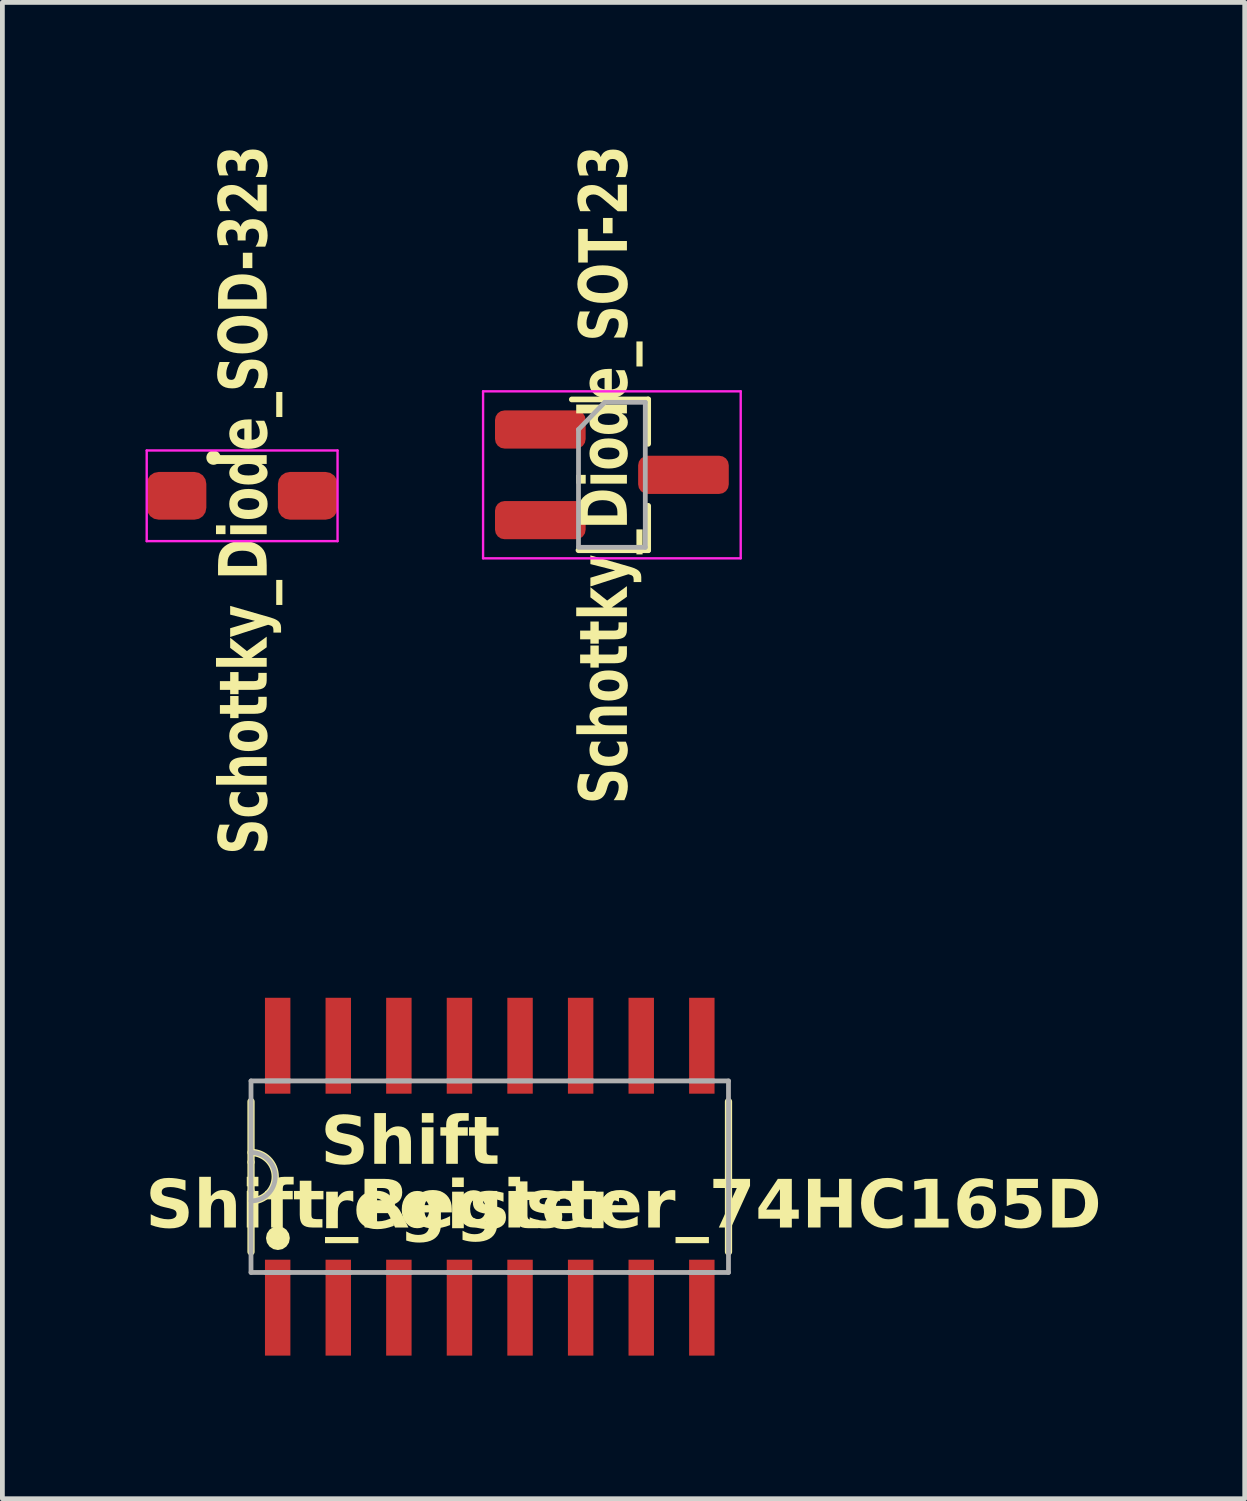
<source format=kicad_pcb>
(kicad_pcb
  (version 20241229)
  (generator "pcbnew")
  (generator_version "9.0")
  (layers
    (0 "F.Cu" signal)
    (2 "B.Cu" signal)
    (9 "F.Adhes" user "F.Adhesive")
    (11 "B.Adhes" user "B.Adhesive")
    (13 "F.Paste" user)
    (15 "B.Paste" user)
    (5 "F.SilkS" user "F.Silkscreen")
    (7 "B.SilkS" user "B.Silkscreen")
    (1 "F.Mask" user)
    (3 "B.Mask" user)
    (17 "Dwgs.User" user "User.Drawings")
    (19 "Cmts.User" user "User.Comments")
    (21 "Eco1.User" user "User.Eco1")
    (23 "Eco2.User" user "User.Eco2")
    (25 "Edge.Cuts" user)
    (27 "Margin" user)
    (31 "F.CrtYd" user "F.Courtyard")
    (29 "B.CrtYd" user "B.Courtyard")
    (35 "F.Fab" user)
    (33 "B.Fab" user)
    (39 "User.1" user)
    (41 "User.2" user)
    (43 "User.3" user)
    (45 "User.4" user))
  (footprint "Shift_Register_74HC165D"
    (layer "F.Cu")
    (at 7.219 21.613)
    (property "Reference" "Shift_Register_74HC165D" (at 2.8 0.65 180) (layer "F.SilkS") (effects (font (face "Segoe UI This") (size 1 1) (thickness 0.2) (bold yes))))
    (attr smd)
    (fp_line (start -5.008 -1.575) (end -5.008 -0.305) (stroke (width 0.152) (type solid)) (layer "F.SilkS"))
    (fp_line (start -5.008 -0.305) (end -5.008 0.305) (stroke (width 0.152) (type solid)) (layer "F.SilkS"))
    (fp_line (start -5.008 0.305) (end -5.008 1.575) (stroke (width 0.152) (type solid)) (layer "F.SilkS"))
    (fp_line (start 5 1.575) (end 5 -1.575) (stroke (width 0.152) (type solid)) (layer "F.SilkS"))
    (fp_arc (start -5.0076 -0.5076) (mid -4.5 0) (end -5.0076 0.5076) (stroke (width 0.1524) (type solid)) (layer "F.SilkS"))
    (fp_poly (pts (xy -4.194 1.287) (xy -4.213 1.192) (xy -4.267 1.111) (xy -4.348 1.056) (xy -4.444 1.037) (xy -4.54 1.056) (xy -4.621 1.111) (xy -4.675 1.192) (xy -4.694 1.287) (xy -4.675 1.383) (xy -4.621 1.464) (xy -4.54 1.518) (xy -4.444 1.537) (xy -4.348 1.518) (xy -4.267 1.464) (xy -4.213 1.383) (xy -4.194 1.287)) (stroke (width 0) (type solid)) (fill yes) (layer "F.SilkS"))
    (fp_line (start -5.008 -2.007) (end -5.008 -0.305) (stroke (width 0.1) (type solid)) (layer "F.Fab"))
    (fp_line (start -5.008 -0.305) (end -5.008 0.305) (stroke (width 0.1) (type solid)) (layer "F.Fab"))
    (fp_line (start -5.008 0.305) (end -5.008 2.007) (stroke (width 0.1) (type solid)) (layer "F.Fab"))
    (fp_line (start -5.008 2.007) (end 5 2.007) (stroke (width 0.1) (type solid)) (layer "F.Fab"))
    (fp_line (start -4.703 -2.007) (end -4.195 -2.007) (stroke (width 0.1) (type solid)) (layer "F.Fab"))
    (fp_line (start -4.195 2.007) (end -4.703 2.007) (stroke (width 0.1) (type solid)) (layer "F.Fab"))
    (fp_line (start -3.433 -2.007) (end -2.925 -2.007) (stroke (width 0.1) (type solid)) (layer "F.Fab"))
    (fp_line (start -2.925 2.007) (end -3.433 2.007) (stroke (width 0.1) (type solid)) (layer "F.Fab"))
    (fp_line (start -2.163 -2.007) (end -1.655 -2.007) (stroke (width 0.1) (type solid)) (layer "F.Fab"))
    (fp_line (start -1.655 2.007) (end -2.163 2.007) (stroke (width 0.1) (type solid)) (layer "F.Fab"))
    (fp_line (start -0.893 -2.007) (end -0.385 -2.007) (stroke (width 0.1) (type solid)) (layer "F.Fab"))
    (fp_line (start -0.385 2.007) (end -0.893 2.007) (stroke (width 0.1) (type solid)) (layer "F.Fab"))
    (fp_line (start 0.377 -2.007) (end 0.885 -2.007) (stroke (width 0.1) (type solid)) (layer "F.Fab"))
    (fp_line (start 0.885 2.007) (end 0.377 2.007) (stroke (width 0.1) (type solid)) (layer "F.Fab"))
    (fp_line (start 1.647 -2.007) (end 2.155 -2.007) (stroke (width 0.1) (type solid)) (layer "F.Fab"))
    (fp_line (start 2.155 2.007) (end 1.647 2.007) (stroke (width 0.1) (type solid)) (layer "F.Fab"))
    (fp_line (start 2.917 -2.007) (end 3.425 -2.007) (stroke (width 0.1) (type solid)) (layer "F.Fab"))
    (fp_line (start 3.425 2.007) (end 2.917 2.007) (stroke (width 0.1) (type solid)) (layer "F.Fab"))
    (fp_line (start 4.187 -2.007) (end 4.695 -2.007) (stroke (width 0.1) (type solid)) (layer "F.Fab"))
    (fp_line (start 4.695 2.007) (end 4.187 2.007) (stroke (width 0.1) (type solid)) (layer "F.Fab"))
    (fp_line (start 5 -2.007) (end -5.008 -2.007) (stroke (width 0.1) (type solid)) (layer "F.Fab"))
    (fp_line (start 5 2.007) (end 5 -2.007) (stroke (width 0.1) (type solid)) (layer "F.Fab"))
    (fp_arc (start -5.0076 -0.5076) (mid -4.5 0) (end -5.0076 0.5076) (stroke (width 0.1) (type solid)) (layer "F.Fab"))
    (fp_text user "register" (at -3.55 1.25 0) (unlocked yes) (layer "F.SilkS") (effects (font (face "Segoe UI This") (size 1 1) (thickness 0.2) (bold yes)) (justify left bottom)))
    (fp_text user "Shift" (at -3.55 -0.1 0) (unlocked yes) (layer "F.SilkS") (effects (font (face "Segoe UI This") (size 1 1) (thickness 0.2) (bold yes)) (justify left bottom)))
    (pad "1" smd rect (at -4.449 2.745 90) (size 2.01 0.533) (layers "F.Cu" "F.Mask" "F.Paste"))
    (pad "2" smd rect (at -3.179 2.745 90) (size 2.01 0.533) (layers "F.Cu" "F.Mask" "F.Paste"))
    (pad "3" smd rect (at -1.909 2.745 90) (size 2.01 0.533) (layers "F.Cu" "F.Mask" "F.Paste"))
    (pad "4" smd rect (at -0.639 2.745 90) (size 2.01 0.533) (layers "F.Cu" "F.Mask" "F.Paste"))
    (pad "5" smd rect (at 0.631 2.745 90) (size 2.01 0.533) (layers "F.Cu" "F.Mask" "F.Paste"))
    (pad "6" smd rect (at 1.901 2.745 90) (size 2.01 0.533) (layers "F.Cu" "F.Mask" "F.Paste"))
    (pad "7" smd rect (at 3.171 2.745 90) (size 2.01 0.533) (layers "F.Cu" "F.Mask" "F.Paste"))
    (pad "8" smd rect (at 4.441 2.745 90) (size 2.01 0.533) (layers "F.Cu" "F.Mask" "F.Paste"))
    (pad "9" smd rect (at 4.441 -2.745 90) (size 2.01 0.533) (layers "F.Cu" "F.Mask" "F.Paste"))
    (pad "10" smd rect (at 3.171 -2.745 90) (size 2.01 0.533) (layers "F.Cu" "F.Mask" "F.Paste"))
    (pad "11" smd rect (at 1.901 -2.745 90) (size 2.01 0.533) (layers "F.Cu" "F.Mask" "F.Paste"))
    (pad "12" smd rect (at 0.631 -2.745 90) (size 2.01 0.533) (layers "F.Cu" "F.Mask" "F.Paste"))
    (pad "13" smd rect (at -0.639 -2.745 90) (size 2.01 0.533) (layers "F.Cu" "F.Mask" "F.Paste"))
    (pad "14" smd rect (at -1.909 -2.745 90) (size 2.01 0.533) (layers "F.Cu" "F.Mask" "F.Paste"))
    (pad "15" smd rect (at -3.179 -2.745 90) (size 2.01 0.533) (layers "F.Cu" "F.Mask" "F.Paste"))
    (pad "16" smd rect (at -4.449 -2.745 90) (size 2.01 0.533) (layers "F.Cu" "F.Mask" "F.Paste")))
  (footprint "Schottky_Diode_SOD-323"
    (layer "F.Cu")
    (at 2.025 7.342)
    (property "Reference" "Schottky_Diode_SOD-323" (at 0.1 0.089 90) (layer "F.SilkS") (effects (font (face "Segoe UI This") (size 1 0.75) (thickness 0.15) (bold yes))))
    (attr smd)
    (fp_circle (center -0.6 -0.8) (end -0.5 -0.8) (stroke (width 0.1) (type solid)) (fill yes) (layer "F.SilkS"))
    (fp_line (start -2 -0.95) (end -2 0.95) (stroke (width 0.05) (type solid)) (layer "F.CrtYd"))
    (fp_line (start -2 -0.95) (end 2 -0.95) (stroke (width 0.05) (type solid)) (layer "F.CrtYd"))
    (fp_line (start -2 0.95) (end 2 0.95) (stroke (width 0.05) (type solid)) (layer "F.CrtYd"))
    (fp_line (start 2 -0.95) (end 2 0.95) (stroke (width 0.05) (type solid)) (layer "F.CrtYd"))
    (pad "1" smd roundrect (at -1.375 0) (size 1.25 1) (layers "F.Cu" "F.Mask" "F.Paste") (roundrect_rratio 0.25))
    (pad "2" smd roundrect (at 1.375 0) (size 1.25 1) (layers "F.Cu" "F.Mask" "F.Paste") (roundrect_rratio 0.25)))
  (footprint "Schottky_Diode_SOT-23"
    (layer "F.Cu")
    (at 9.775 6.902)
    (property "Reference" "Schottky_Diode_SOT-23" (at -0.1 0 90) (layer "F.SilkS") (effects (font (face "Segoe UI This") (size 1 0.75) (thickness 0.15) (bold yes))))
    (attr smd)
    (fp_line (start -0.04 -1.58) (end -0.84 -1.58) (stroke (width 0.12) (type solid)) (layer "F.SilkS"))
    (fp_line (start -0.04 -1.58) (end 0.76 -1.58) (stroke (width 0.12) (type solid)) (layer "F.SilkS"))
    (fp_line (start 0.76 -1.58) (end 0.76 -0.65) (stroke (width 0.12) (type solid)) (layer "F.SilkS"))
    (fp_line (start 0.76 1.58) (end -0.7 1.58) (stroke (width 0.12) (type solid)) (layer "F.SilkS"))
    (fp_line (start 0.76 1.58) (end 0.76 0.65) (stroke (width 0.12) (type solid)) (layer "F.SilkS"))
    (fp_line (start -2.7 -1.75) (end 2.7 -1.75) (stroke (width 0.05) (type solid)) (layer "F.CrtYd"))
    (fp_line (start -2.7 1.75) (end -2.7 -1.75) (stroke (width 0.05) (type solid)) (layer "F.CrtYd"))
    (fp_line (start 2.7 -1.75) (end 2.7 1.75) (stroke (width 0.05) (type solid)) (layer "F.CrtYd"))
    (fp_line (start 2.7 1.75) (end -2.7 1.75) (stroke (width 0.05) (type solid)) (layer "F.CrtYd"))
    (fp_line (start -0.7 -0.95) (end -0.7 1.5) (stroke (width 0.1) (type solid)) (layer "F.Fab"))
    (fp_line (start -0.7 -0.95) (end -0.15 -1.52) (stroke (width 0.1) (type solid)) (layer "F.Fab"))
    (fp_line (start -0.7 1.52) (end 0.7 1.52) (stroke (width 0.1) (type solid)) (layer "F.Fab"))
    (fp_line (start -0.15 -1.52) (end 0.7 -1.52) (stroke (width 0.1) (type solid)) (layer "F.Fab"))
    (fp_line (start 0.7 -1.52) (end 0.7 1.52) (stroke (width 0.1) (type solid)) (layer "F.Fab"))
    (pad "1" smd roundrect (at -1.5 -0.95) (size 1.9 0.8) (layers "F.Cu" "F.Mask" "F.Paste") (roundrect_rratio 0.25))
    (pad "2" smd roundrect (at -1.5 0.95) (size 1.9 0.8) (layers "F.Cu" "F.Mask" "F.Paste") (roundrect_rratio 0.25))
    (pad "3" smd roundrect (at 1.5 0) (size 1.9 0.8) (layers "F.Cu" "F.Mask" "F.Paste") (roundrect_rratio 0.25)))
  (gr_rect
    (start -3 -3)
    (end 23.039 28.363)
    (stroke (width 0.1) (type default))
    (fill no)
    (layer "Edge.Cuts")))
</source>
